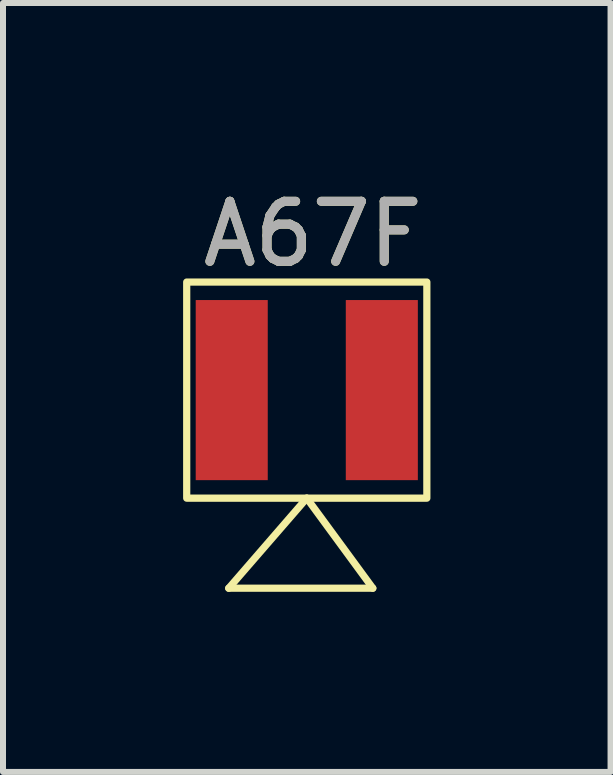
<source format=kicad_pcb>
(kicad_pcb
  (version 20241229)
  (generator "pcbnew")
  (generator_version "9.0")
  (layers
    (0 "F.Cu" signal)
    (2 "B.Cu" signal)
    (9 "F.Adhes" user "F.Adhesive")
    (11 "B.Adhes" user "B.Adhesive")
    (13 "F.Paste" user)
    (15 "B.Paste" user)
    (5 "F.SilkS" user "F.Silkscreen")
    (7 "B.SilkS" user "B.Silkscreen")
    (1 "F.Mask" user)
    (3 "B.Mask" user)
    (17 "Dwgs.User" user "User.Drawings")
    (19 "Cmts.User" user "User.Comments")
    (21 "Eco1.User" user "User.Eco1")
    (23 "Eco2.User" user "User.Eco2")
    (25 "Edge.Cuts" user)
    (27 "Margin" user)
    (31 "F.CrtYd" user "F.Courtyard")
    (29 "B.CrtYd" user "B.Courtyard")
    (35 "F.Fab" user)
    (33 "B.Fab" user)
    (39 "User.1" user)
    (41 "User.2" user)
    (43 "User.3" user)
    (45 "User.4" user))
  (footprint "A67F"
    (layer "F.Cu")
    (at 2.06 3.448)
    (property "Reference" "A67F" (at 0.1 -2.6 0) (unlocked yes) (layer "F.SilkS") (effects (font (size 1 1) (thickness 0.15))))
    (attr smd)
    (fp_line (start -1.3 3.3) (end 1.1 3.3) (stroke (width 0.12) (type solid)) (layer "F.SilkS"))
    (fp_line (start 0 1.8) (end -1.3 3.3) (stroke (width 0.12) (type solid)) (layer "F.SilkS"))
    (fp_line (start 1.1 3.3) (end 0 1.8) (stroke (width 0.12) (type solid)) (layer "F.SilkS"))
    (fp_rect (start 2 1.8) (end -2 -1.8) (stroke (width 0.12) (type solid)) (fill no) (layer "F.SilkS"))
    (fp_text user "${REFERENCE}" (at 0.1 -2.6 0) (unlocked yes) (layer "F.Fab") (effects (font (size 1 1) (thickness 0.15))))
    (pad "1" smd rect (at -1.25 0) (size 1.2 3) (layers "F.Cu" "F.Mask" "F.Paste"))
    (pad "2" smd rect (at 1.25 0) (size 1.2 3) (layers "F.Cu" "F.Mask" "F.Paste")))
  (gr_rect
    (start -3 -3)
    (end 7.12 9.808)
    (stroke (width 0.1) (type default))
    (fill no)
    (layer "Edge.Cuts")))
</source>
